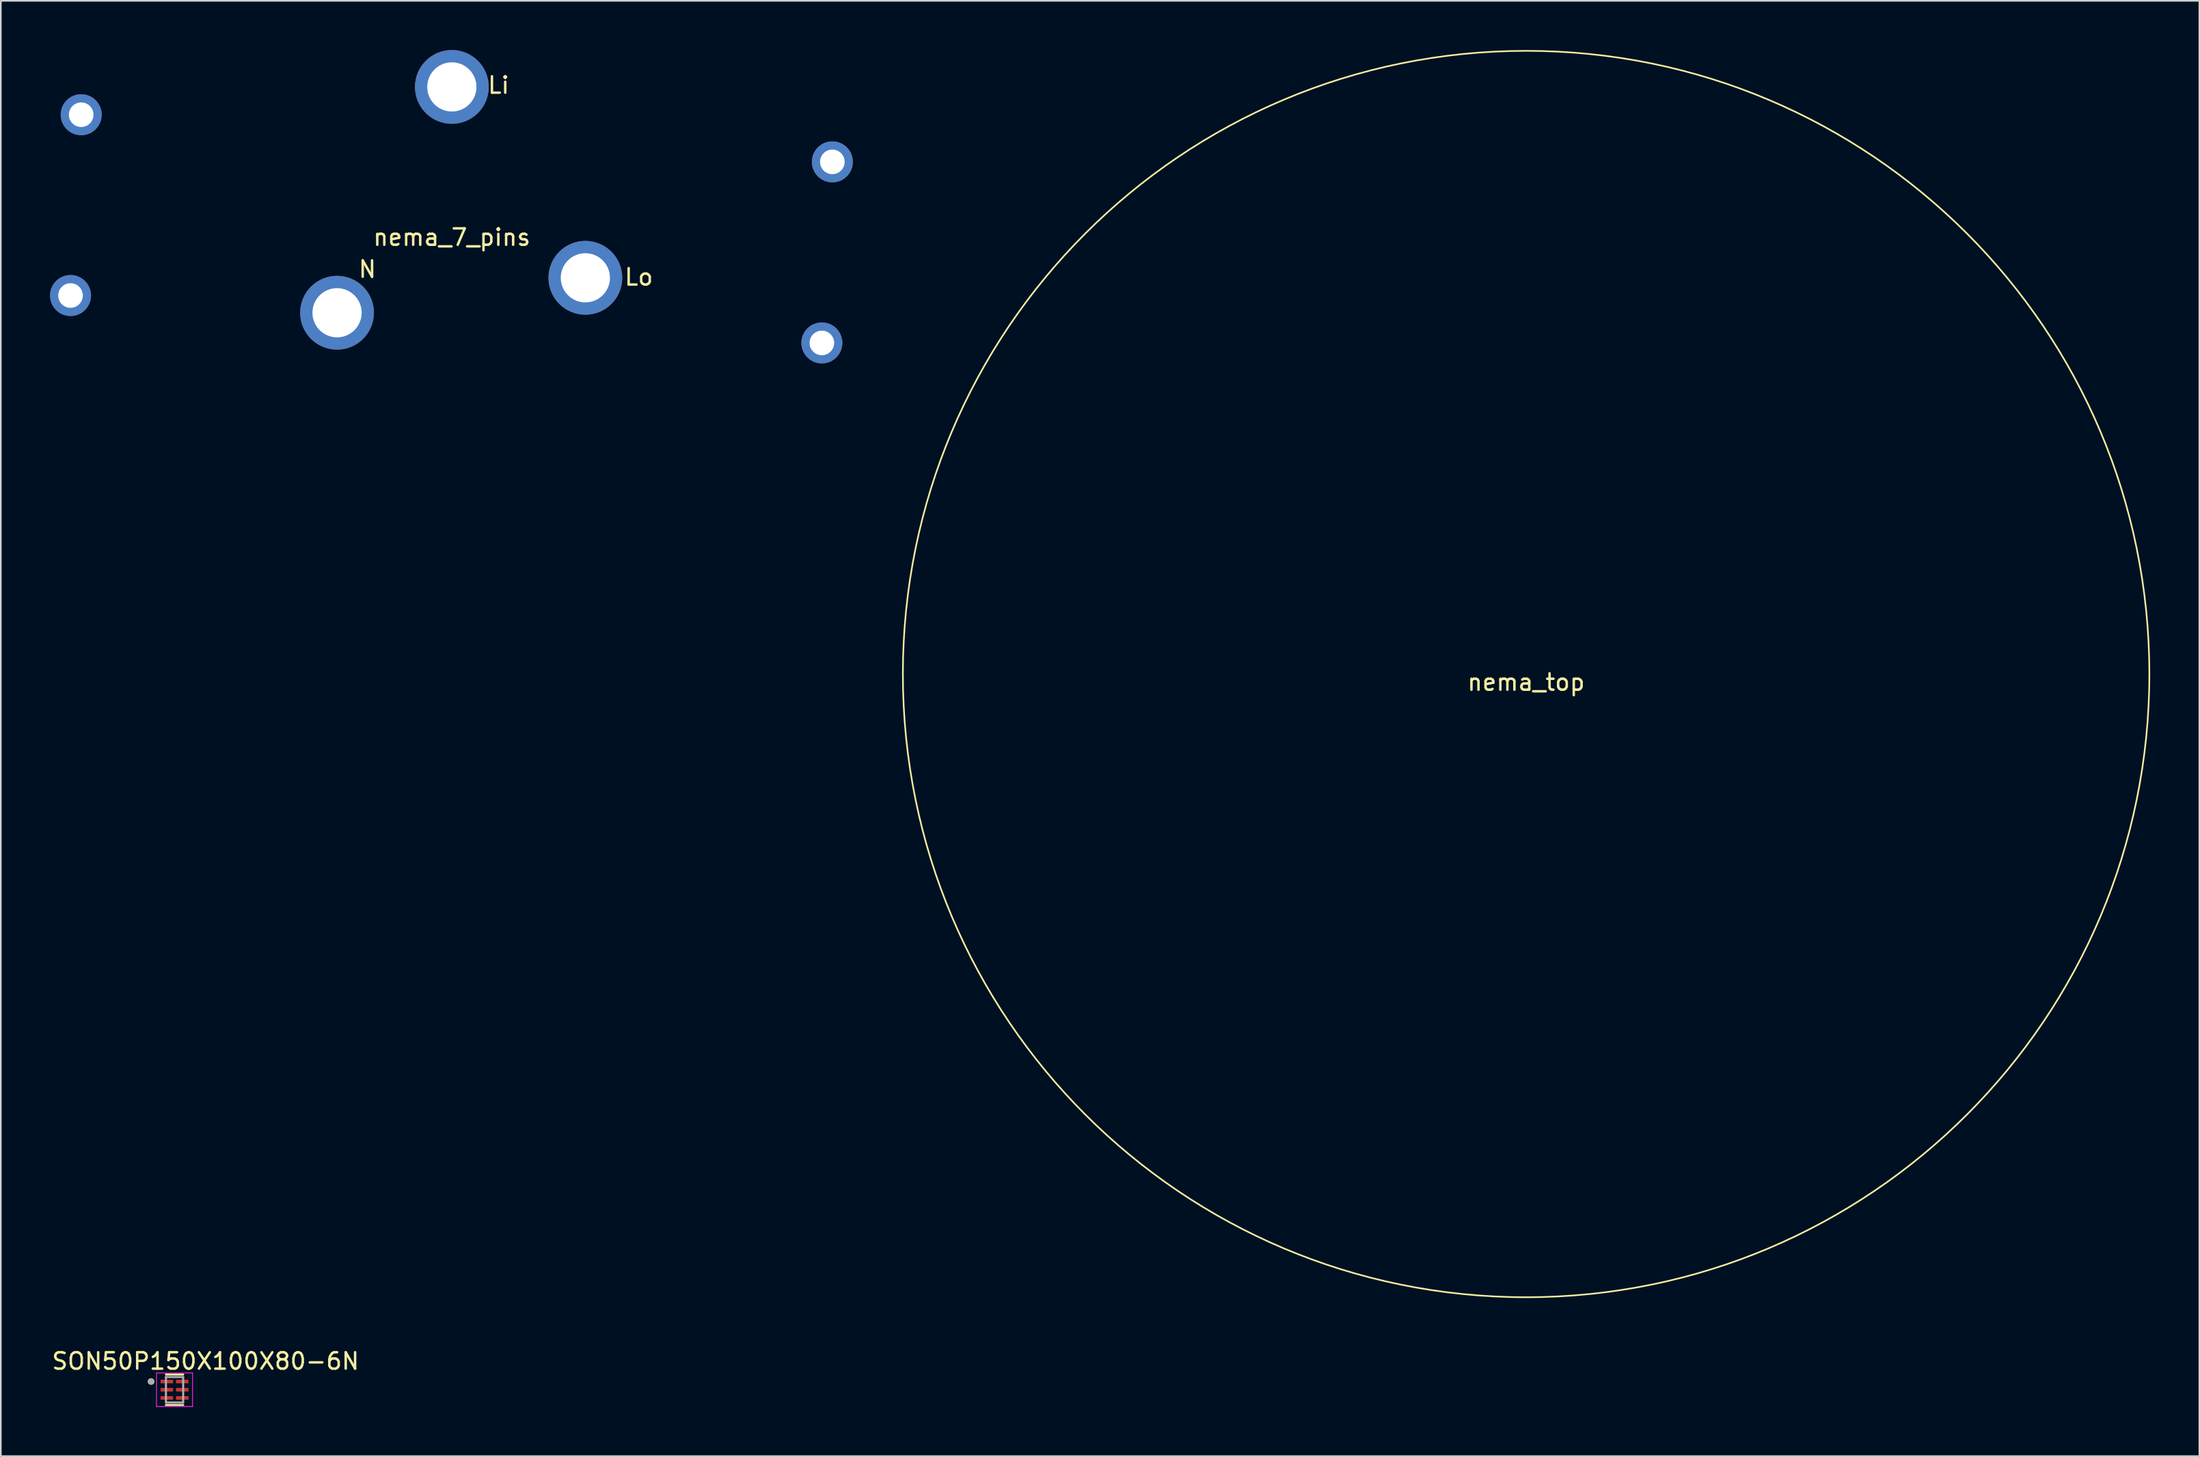
<source format=kicad_pcb>
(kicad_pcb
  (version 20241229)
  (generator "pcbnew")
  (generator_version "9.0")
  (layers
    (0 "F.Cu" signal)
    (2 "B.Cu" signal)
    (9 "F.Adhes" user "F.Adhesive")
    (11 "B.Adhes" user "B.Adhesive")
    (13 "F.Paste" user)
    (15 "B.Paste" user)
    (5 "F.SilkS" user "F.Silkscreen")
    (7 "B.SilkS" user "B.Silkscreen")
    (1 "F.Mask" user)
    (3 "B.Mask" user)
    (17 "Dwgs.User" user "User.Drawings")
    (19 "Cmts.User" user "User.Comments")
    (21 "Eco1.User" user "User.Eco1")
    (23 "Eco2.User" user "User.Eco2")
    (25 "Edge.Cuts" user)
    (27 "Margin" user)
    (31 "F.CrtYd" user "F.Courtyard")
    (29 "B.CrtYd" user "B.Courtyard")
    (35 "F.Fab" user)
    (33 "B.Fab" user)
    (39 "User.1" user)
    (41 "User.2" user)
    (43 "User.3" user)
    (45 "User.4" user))
  (footprint "nema_top"
    (layer "F.Cu")
    (at 90 38.05)
    (property "Reference" "nema_top" (at 0 0.5 0) (layer "F.SilkS") (effects (font (size 1 1) (thickness 0.15))))
    (attr through_hole)
    (fp_circle (center 0 0) (end 38 0) (stroke (width 0.1) (type solid)) (fill no) (layer "F.SilkS")))
  (footprint "SON50P150X100X80-6N"
    (layer "F.Cu")
    (at 7.592 81.69)
    (property "Reference" "SON50P150X100X80-6N" (at 1.89 -1.742 0) (layer "F.SilkS") (effects (font (size 1 1) (thickness 0.15))))
    (attr through_hole)
    (fp_line (start -0.525 -0.93) (end 0.525 -0.93) (stroke (width 0.127) (type solid)) (layer "F.SilkS"))
    (fp_line (start -0.525 0.93) (end 0.525 0.93) (stroke (width 0.127) (type solid)) (layer "F.SilkS"))
    (fp_circle (center -1.43 -0.5) (end -1.33 -0.5) (stroke (width 0.2) (type solid)) (fill no) (layer "F.SilkS"))
    (fp_line (start -1.1 -1.025) (end -1.1 1.025) (stroke (width 0.05) (type solid)) (layer "F.CrtYd"))
    (fp_line (start -1.1 -1.025) (end 1.1 -1.025) (stroke (width 0.05) (type solid)) (layer "F.CrtYd"))
    (fp_line (start -1.1 1.025) (end 1.1 1.025) (stroke (width 0.05) (type solid)) (layer "F.CrtYd"))
    (fp_line (start 1.1 -1.025) (end 1.1 1.025) (stroke (width 0.05) (type solid)) (layer "F.CrtYd"))
    (fp_line (start -0.525 -0.775) (end -0.525 0.775) (stroke (width 0.127) (type solid)) (layer "F.Fab"))
    (fp_line (start -0.525 -0.775) (end 0.525 -0.775) (stroke (width 0.127) (type solid)) (layer "F.Fab"))
    (fp_line (start -0.525 0.775) (end 0.525 0.775) (stroke (width 0.127) (type solid)) (layer "F.Fab"))
    (fp_line (start 0.525 -0.775) (end 0.525 0.775) (stroke (width 0.127) (type solid)) (layer "F.Fab"))
    (fp_circle (center -1.43 -0.5) (end -1.33 -0.5) (stroke (width 0.2) (type solid)) (fill no) (layer "F.Fab"))
    (pad "1" smd roundrect (at -0.47 -0.5) (size 0.76 0.22) (layers "F.Cu" "F.Mask" "F.Paste") (roundrect_rratio 0.03))
    (pad "2" smd roundrect (at -0.47 0) (size 0.76 0.22) (layers "F.Cu" "F.Mask" "F.Paste") (roundrect_rratio 0.03))
    (pad "3" smd roundrect (at -0.47 0.5) (size 0.76 0.22) (layers "F.Cu" "F.Mask" "F.Paste") (roundrect_rratio 0.03))
    (pad "4" smd roundrect (at 0.47 0.5) (size 0.76 0.22) (layers "F.Cu" "F.Mask" "F.Paste") (roundrect_rratio 0.03))
    (pad "5" smd roundrect (at 0.47 0) (size 0.76 0.22) (layers "F.Cu" "F.Mask" "F.Paste") (roundrect_rratio 0.03))
    (pad "6" smd roundrect (at 0.47 -0.5) (size 0.76 0.22) (layers "F.Cu" "F.Mask" "F.Paste") (roundrect_rratio 0.03)))
  (footprint "nema_7_pins"
    (layer "F.Cu")
    (at 24.5 10.92)
    (property "Reference" "nema_7_pins" (at 0 0.5 0) (layer "F.SilkS") (effects (font (size 1 1) (thickness 0.15))))
    (attr through_hole)
    (fp_line (start -23.554 4.236) (end -23.362 4.397) (stroke (width 0.2) (type solid)) (layer "Dwgs.User"))
    (fp_line (start -23.554 4.236) (end -23.362 4.397) (stroke (width 0.2) (type solid)) (layer "Dwgs.User"))
    (fp_line (start -23.554 4.236) (end -23.13 3.73) (stroke (width 0.2) (type solid)) (layer "Dwgs.User"))
    (fp_line (start -23.554 4.236) (end -23.13 3.73) (stroke (width 0.2) (type solid)) (layer "Dwgs.User"))
    (fp_line (start -22.938 3.891) (end -23.362 4.397) (stroke (width 0.2) (type solid)) (layer "Dwgs.User"))
    (fp_line (start -22.938 3.891) (end -23.362 4.397) (stroke (width 0.2) (type solid)) (layer "Dwgs.User"))
    (fp_line (start -22.938 3.891) (end -23.13 3.73) (stroke (width 0.2) (type solid)) (layer "Dwgs.User"))
    (fp_line (start -22.938 3.891) (end -23.13 3.73) (stroke (width 0.2) (type solid)) (layer "Dwgs.User"))
    (fp_line (start -22.669 -7.316) (end -22.878 -7.179) (stroke (width 0.2) (type solid)) (layer "Dwgs.User"))
    (fp_line (start -22.669 -7.316) (end -22.878 -7.179) (stroke (width 0.2) (type solid)) (layer "Dwgs.User"))
    (fp_line (start -22.669 -7.316) (end -22.307 -6.763) (stroke (width 0.2) (type solid)) (layer "Dwgs.User"))
    (fp_line (start -22.669 -7.316) (end -22.307 -6.763) (stroke (width 0.2) (type solid)) (layer "Dwgs.User"))
    (fp_line (start -22.517 -6.627) (end -22.878 -7.179) (stroke (width 0.2) (type solid)) (layer "Dwgs.User"))
    (fp_line (start -22.517 -6.627) (end -22.878 -7.179) (stroke (width 0.2) (type solid)) (layer "Dwgs.User"))
    (fp_line (start -22.517 -6.627) (end -22.307 -6.763) (stroke (width 0.2) (type solid)) (layer "Dwgs.User"))
    (fp_line (start -22.517 -6.627) (end -22.307 -6.763) (stroke (width 0.2) (type solid)) (layer "Dwgs.User"))
    (fp_line (start -8.054 4.923) (end -7.172 6.136) (stroke (width 0.2) (type solid)) (layer "Dwgs.User"))
    (fp_line (start -8.054 4.923) (end -7.172 6.136) (stroke (width 0.2) (type solid)) (layer "Dwgs.User"))
    (fp_line (start -8.054 4.923) (end -6.841 4.041) (stroke (width 0.2) (type solid)) (layer "Dwgs.User"))
    (fp_line (start -8.054 4.923) (end -6.841 4.041) (stroke (width 0.2) (type solid)) (layer "Dwgs.User"))
    (fp_line (start -5.959 5.254) (end -7.172 6.136) (stroke (width 0.2) (type solid)) (layer "Dwgs.User"))
    (fp_line (start -5.959 5.254) (end -7.172 6.136) (stroke (width 0.2) (type solid)) (layer "Dwgs.User"))
    (fp_line (start -5.959 5.254) (end -6.841 4.041) (stroke (width 0.2) (type solid)) (layer "Dwgs.User"))
    (fp_line (start -5.959 5.254) (end -6.841 4.041) (stroke (width 0.2) (type solid)) (layer "Dwgs.User"))
    (fp_line (start -0.753 -7.907) (end -0.753 -9.407) (stroke (width 0.2) (type solid)) (layer "Dwgs.User"))
    (fp_line (start -0.753 -7.907) (end -0.753 -9.407) (stroke (width 0.2) (type solid)) (layer "Dwgs.User"))
    (fp_line (start 0.747 -9.407) (end -0.753 -9.407) (stroke (width 0.2) (type solid)) (layer "Dwgs.User"))
    (fp_line (start 0.747 -9.407) (end -0.753 -9.407) (stroke (width 0.2) (type solid)) (layer "Dwgs.User"))
    (fp_line (start 0.747 -9.407) (end 0.747 -7.907) (stroke (width 0.2) (type solid)) (layer "Dwgs.User"))
    (fp_line (start 0.747 -9.407) (end 0.747 -7.907) (stroke (width 0.2) (type solid)) (layer "Dwgs.User"))
    (fp_line (start 0.747 -7.907) (end -0.753 -7.907) (stroke (width 0.2) (type solid)) (layer "Dwgs.User"))
    (fp_line (start 0.747 -7.907) (end -0.753 -7.907) (stroke (width 0.2) (type solid)) (layer "Dwgs.User"))
    (fp_line (start 7.171 3.409) (end 7.684 2) (stroke (width 0.2) (type solid)) (layer "Dwgs.User"))
    (fp_line (start 7.171 3.409) (end 7.684 2) (stroke (width 0.2) (type solid)) (layer "Dwgs.User"))
    (fp_line (start 7.684 2) (end 9.093 2.513) (stroke (width 0.2) (type solid)) (layer "Dwgs.User"))
    (fp_line (start 7.684 2) (end 9.093 2.513) (stroke (width 0.2) (type solid)) (layer "Dwgs.User"))
    (fp_line (start 8.58 3.922) (end 7.171 3.409) (stroke (width 0.2) (type solid)) (layer "Dwgs.User"))
    (fp_line (start 8.58 3.922) (end 7.171 3.409) (stroke (width 0.2) (type solid)) (layer "Dwgs.User"))
    (fp_line (start 8.58 3.922) (end 9.093 2.513) (stroke (width 0.2) (type solid)) (layer "Dwgs.User"))
    (fp_line (start 8.58 3.922) (end 9.093 2.513) (stroke (width 0.2) (type solid)) (layer "Dwgs.User"))
    (fp_line (start 22.484 6.595) (end 22.275 6.732) (stroke (width 0.2) (type solid)) (layer "Dwgs.User"))
    (fp_line (start 22.484 6.595) (end 22.275 6.732) (stroke (width 0.2) (type solid)) (layer "Dwgs.User"))
    (fp_line (start 22.484 6.595) (end 22.845 7.147) (stroke (width 0.2) (type solid)) (layer "Dwgs.User"))
    (fp_line (start 22.484 6.595) (end 22.845 7.147) (stroke (width 0.2) (type solid)) (layer "Dwgs.User"))
    (fp_line (start 22.636 7.284) (end 22.275 6.732) (stroke (width 0.2) (type solid)) (layer "Dwgs.User"))
    (fp_line (start 22.636 7.284) (end 22.275 6.732) (stroke (width 0.2) (type solid)) (layer "Dwgs.User"))
    (fp_line (start 22.636 7.284) (end 22.845 7.147) (stroke (width 0.2) (type solid)) (layer "Dwgs.User"))
    (fp_line (start 22.636 7.284) (end 22.845 7.147) (stroke (width 0.2) (type solid)) (layer "Dwgs.User"))
    (fp_line (start 22.906 -3.922) (end 23.097 -3.762) (stroke (width 0.2) (type solid)) (layer "Dwgs.User"))
    (fp_line (start 22.906 -3.922) (end 23.097 -3.762) (stroke (width 0.2) (type solid)) (layer "Dwgs.User"))
    (fp_line (start 22.906 -3.922) (end 23.33 -4.428) (stroke (width 0.2) (type solid)) (layer "Dwgs.User"))
    (fp_line (start 22.906 -3.922) (end 23.33 -4.428) (stroke (width 0.2) (type solid)) (layer "Dwgs.User"))
    (fp_line (start 23.521 -4.267) (end 23.097 -3.762) (stroke (width 0.2) (type solid)) (layer "Dwgs.User"))
    (fp_line (start 23.521 -4.267) (end 23.097 -3.762) (stroke (width 0.2) (type solid)) (layer "Dwgs.User"))
    (fp_line (start 23.521 -4.267) (end 23.33 -4.428) (stroke (width 0.2) (type solid)) (layer "Dwgs.User"))
    (fp_line (start 23.521 -4.267) (end 23.33 -4.428) (stroke (width 0.2) (type solid)) (layer "Dwgs.User"))
    (fp_text user "Li" (at 2.85 -8.775 0) (layer "F.SilkS") (effects (font (size 1 1) (thickness 0.15))))
    (fp_text user "Lo" (at 11.4 2.925 0) (layer "F.SilkS") (effects (font (size 1 1) (thickness 0.15))))
    (fp_text user "N" (at -5.15 2.45 0) (layer "F.SilkS") (effects (font (size 1 1) (thickness 0.15))))
    (pad "1" thru_hole circle (at 0 -8.67) (size 4.5 4.5) (drill 3) (layers "*.Cu" "*.Mask"))
    (pad "2" thru_hole circle (at -7 5.1) (size 4.5 4.5) (drill 3) (layers "*.Cu" "*.Mask"))
    (pad "3" thru_hole circle (at 8.14 2.97) (size 4.5 4.5) (drill 3) (layers "*.Cu" "*.Mask"))
    (pad "4" thru_hole circle (at 22.56 6.94) (size 2.5 2.5) (drill 1.5) (layers "*.Cu" "*.Mask"))
    (pad "5" thru_hole circle (at 23.2 -4.1) (size 2.5 2.5) (drill 1.5) (layers "*.Cu" "*.Mask"))
    (pad "6" thru_hole circle (at -22.6 -6.975) (size 2.5 2.5) (drill 1.5) (layers "*.Cu" "*.Mask"))
    (pad "7" thru_hole circle (at -23.25 4.05) (size 2.5 2.5) (drill 1.5) (layers "*.Cu" "*.Mask")))
  (gr_rect
    (start -3 -3)
    (end 131.05 85.74)
    (stroke (width 0.1) (type default))
    (fill no)
    (layer "Edge.Cuts")))
</source>
